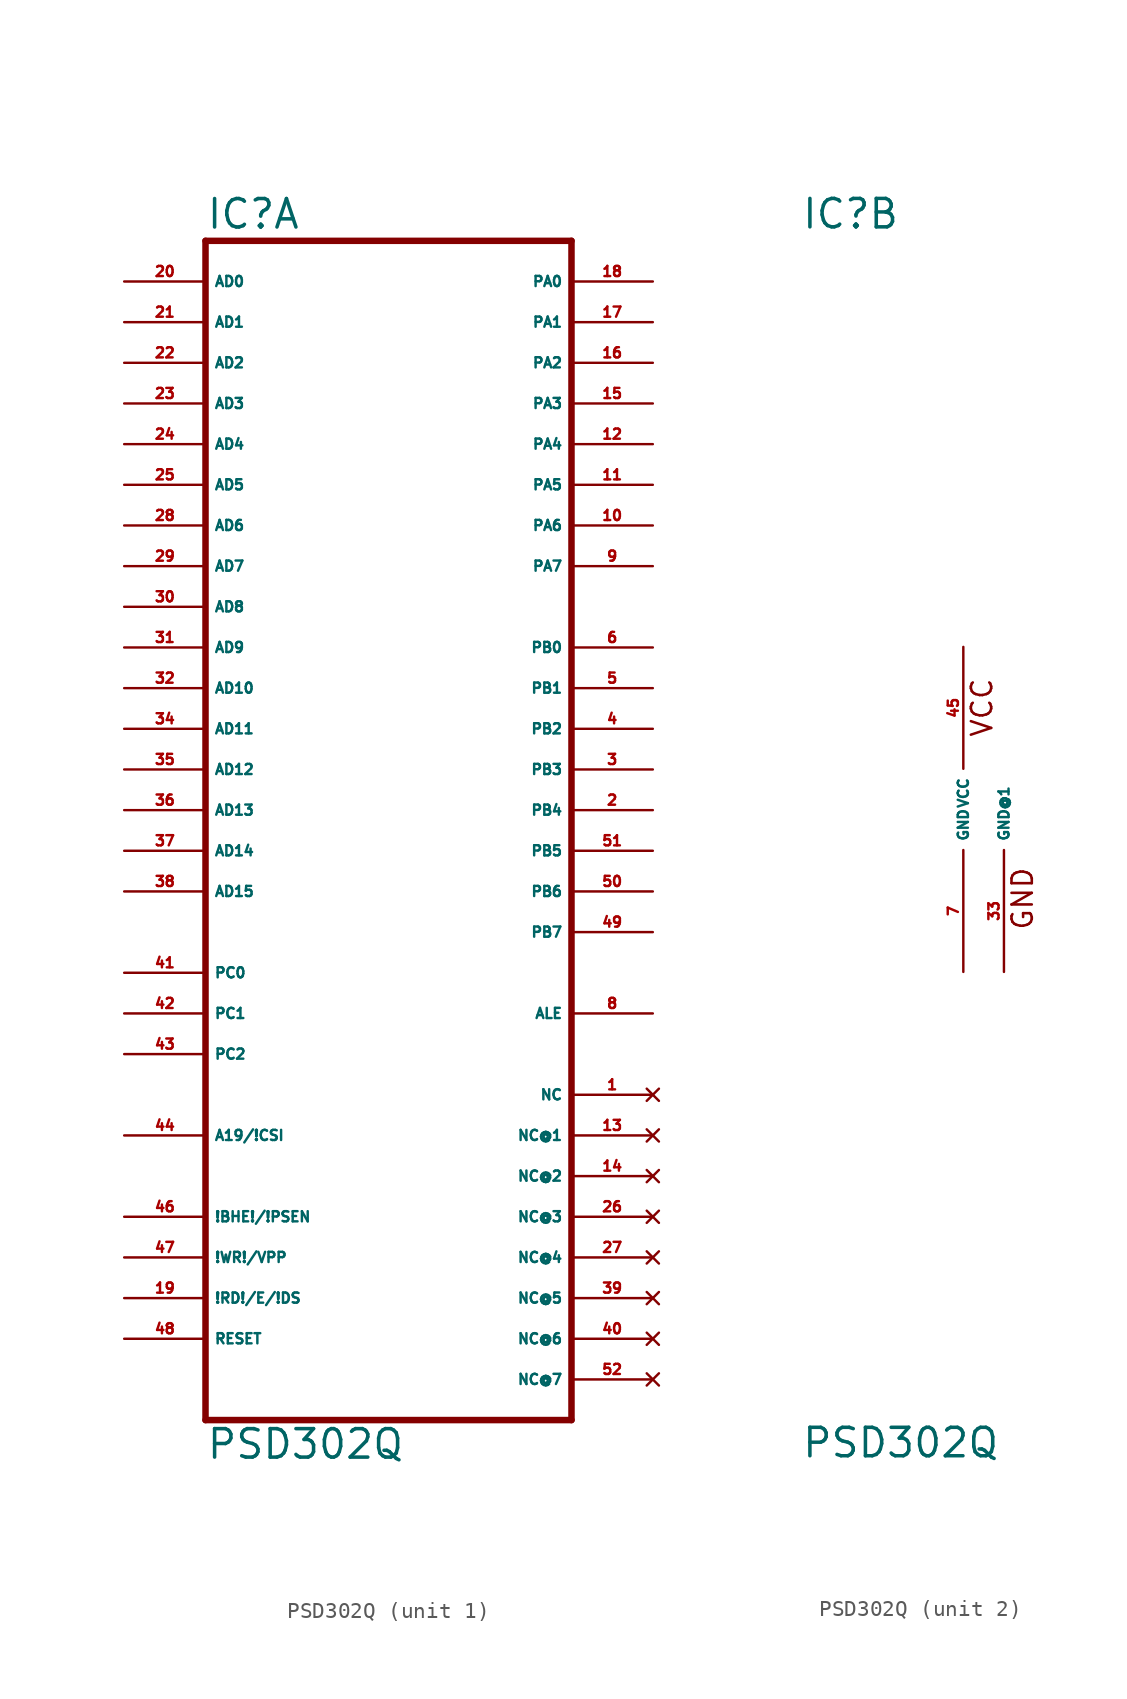
<source format=kicad_sym>
(kicad_symbol_lib
  (version 20220914)
  (generator Eagle2Kicad)
  (symbol "PSD302Q"
    (property "Reference" "IC"
      (at -10.16 36.195 0)
      (effects (font (size 1.778 1.778) (thickness 0.22)) (justify left bottom)))
    (property "Value" "PSD302Q"
      (at -10.16 -40.64 0)
      (effects (font (size 1.778 1.778) (thickness 0.22)) (justify left bottom)))
    (symbol "PSD302Q_1_0"
      (polyline (pts (xy -10.16 -38.1) (xy 12.7 -38.1)) (stroke (width 0.406) (type default)) (fill (type none)))
      (polyline (pts (xy 12.7 -38.1) (xy 12.7 35.56)) (stroke (width 0.406) (type default)) (fill (type none)))
      (polyline (pts (xy 12.7 35.56) (xy -10.16 35.56)) (stroke (width 0.406) (type default)) (fill (type none)))
      (polyline (pts (xy -10.16 35.56) (xy -10.16 -38.1)) (stroke (width 0.406) (type default)) (fill (type none)))
      (pin input line (at -15.24 33.02 0) (length 5.08) (name "AD0" (effects (font (size 0.635 0.635) (thickness 0.08)) (justify left bottom))) (number "20" (effects (font (size 0.635 0.635) (thickness 0.08)) (justify left bottom))))
      (pin input line (at -15.24 30.48 0) (length 5.08) (name "AD1" (effects (font (size 0.635 0.635) (thickness 0.08)) (justify left bottom))) (number "21" (effects (font (size 0.635 0.635) (thickness 0.08)) (justify left bottom))))
      (pin input line (at -15.24 27.94 0) (length 5.08) (name "AD2" (effects (font (size 0.635 0.635) (thickness 0.08)) (justify left bottom))) (number "22" (effects (font (size 0.635 0.635) (thickness 0.08)) (justify left bottom))))
      (pin input line (at -15.24 25.4 0) (length 5.08) (name "AD3" (effects (font (size 0.635 0.635) (thickness 0.08)) (justify left bottom))) (number "23" (effects (font (size 0.635 0.635) (thickness 0.08)) (justify left bottom))))
      (pin input line (at -15.24 22.86 0) (length 5.08) (name "AD4" (effects (font (size 0.635 0.635) (thickness 0.08)) (justify left bottom))) (number "24" (effects (font (size 0.635 0.635) (thickness 0.08)) (justify left bottom))))
      (pin input line (at -15.24 20.32 0) (length 5.08) (name "AD5" (effects (font (size 0.635 0.635) (thickness 0.08)) (justify left bottom))) (number "25" (effects (font (size 0.635 0.635) (thickness 0.08)) (justify left bottom))))
      (pin input line (at -15.24 17.78 0) (length 5.08) (name "AD6" (effects (font (size 0.635 0.635) (thickness 0.08)) (justify left bottom))) (number "28" (effects (font (size 0.635 0.635) (thickness 0.08)) (justify left bottom))))
      (pin input line (at -15.24 15.24 0) (length 5.08) (name "AD7" (effects (font (size 0.635 0.635) (thickness 0.08)) (justify left bottom))) (number "29" (effects (font (size 0.635 0.635) (thickness 0.08)) (justify left bottom))))
      (pin input line (at -15.24 12.7 0) (length 5.08) (name "AD8" (effects (font (size 0.635 0.635) (thickness 0.08)) (justify left bottom))) (number "30" (effects (font (size 0.635 0.635) (thickness 0.08)) (justify left bottom))))
      (pin input line (at -15.24 10.16 0) (length 5.08) (name "AD9" (effects (font (size 0.635 0.635) (thickness 0.08)) (justify left bottom))) (number "31" (effects (font (size 0.635 0.635) (thickness 0.08)) (justify left bottom))))
      (pin input line (at -15.24 7.62 0) (length 5.08) (name "AD10" (effects (font (size 0.635 0.635) (thickness 0.08)) (justify left bottom))) (number "32" (effects (font (size 0.635 0.635) (thickness 0.08)) (justify left bottom))))
      (pin input line (at -15.24 5.08 0) (length 5.08) (name "AD11" (effects (font (size 0.635 0.635) (thickness 0.08)) (justify left bottom))) (number "34" (effects (font (size 0.635 0.635) (thickness 0.08)) (justify left bottom))))
      (pin input line (at -15.24 2.54 0) (length 5.08) (name "AD12" (effects (font (size 0.635 0.635) (thickness 0.08)) (justify left bottom))) (number "35" (effects (font (size 0.635 0.635) (thickness 0.08)) (justify left bottom))))
      (pin input line (at -15.24 0 0) (length 5.08) (name "AD13" (effects (font (size 0.635 0.635) (thickness 0.08)) (justify left bottom))) (number "36" (effects (font (size 0.635 0.635) (thickness 0.08)) (justify left bottom))))
      (pin input line (at -15.24 -2.54 0) (length 5.08) (name "AD14" (effects (font (size 0.635 0.635) (thickness 0.08)) (justify left bottom))) (number "37" (effects (font (size 0.635 0.635) (thickness 0.08)) (justify left bottom))))
      (pin input line (at -15.24 -5.08 0) (length 5.08) (name "AD15" (effects (font (size 0.635 0.635) (thickness 0.08)) (justify left bottom))) (number "38" (effects (font (size 0.635 0.635) (thickness 0.08)) (justify left bottom))))
      (pin input line (at -15.24 -10.16 0) (length 5.08) (name "PC0" (effects (font (size 0.635 0.635) (thickness 0.08)) (justify left bottom))) (number "41" (effects (font (size 0.635 0.635) (thickness 0.08)) (justify left bottom))))
      (pin input line (at -15.24 -12.7 0) (length 5.08) (name "PC1" (effects (font (size 0.635 0.635) (thickness 0.08)) (justify left bottom))) (number "42" (effects (font (size 0.635 0.635) (thickness 0.08)) (justify left bottom))))
      (pin input line (at -15.24 -15.24 0) (length 5.08) (name "PC2" (effects (font (size 0.635 0.635) (thickness 0.08)) (justify left bottom))) (number "43" (effects (font (size 0.635 0.635) (thickness 0.08)) (justify left bottom))))
      (pin input line (at -15.24 -20.32 0) (length 5.08) (name "A19/!CSI" (effects (font (size 0.635 0.635) (thickness 0.08)) (justify left bottom))) (number "44" (effects (font (size 0.635 0.635) (thickness 0.08)) (justify left bottom))))
      (pin bidirectional line (at 17.78 33.02 180) (length 5.08) (name "PA0" (effects (font (size 0.635 0.635) (thickness 0.08)) (justify left bottom))) (number "18" (effects (font (size 0.635 0.635) (thickness 0.08)) (justify left bottom))))
      (pin bidirectional line (at 17.78 30.48 180) (length 5.08) (name "PA1" (effects (font (size 0.635 0.635) (thickness 0.08)) (justify left bottom))) (number "17" (effects (font (size 0.635 0.635) (thickness 0.08)) (justify left bottom))))
      (pin bidirectional line (at 17.78 27.94 180) (length 5.08) (name "PA2" (effects (font (size 0.635 0.635) (thickness 0.08)) (justify left bottom))) (number "16" (effects (font (size 0.635 0.635) (thickness 0.08)) (justify left bottom))))
      (pin bidirectional line (at 17.78 25.4 180) (length 5.08) (name "PA3" (effects (font (size 0.635 0.635) (thickness 0.08)) (justify left bottom))) (number "15" (effects (font (size 0.635 0.635) (thickness 0.08)) (justify left bottom))))
      (pin bidirectional line (at 17.78 22.86 180) (length 5.08) (name "PA4" (effects (font (size 0.635 0.635) (thickness 0.08)) (justify left bottom))) (number "12" (effects (font (size 0.635 0.635) (thickness 0.08)) (justify left bottom))))
      (pin bidirectional line (at 17.78 20.32 180) (length 5.08) (name "PA5" (effects (font (size 0.635 0.635) (thickness 0.08)) (justify left bottom))) (number "11" (effects (font (size 0.635 0.635) (thickness 0.08)) (justify left bottom))))
      (pin bidirectional line (at 17.78 17.78 180) (length 5.08) (name "PA6" (effects (font (size 0.635 0.635) (thickness 0.08)) (justify left bottom))) (number "10" (effects (font (size 0.635 0.635) (thickness 0.08)) (justify left bottom))))
      (pin bidirectional line (at 17.78 15.24 180) (length 5.08) (name "PA7" (effects (font (size 0.635 0.635) (thickness 0.08)) (justify left bottom))) (number "9" (effects (font (size 0.635 0.635) (thickness 0.08)) (justify left bottom))))
      (pin output line (at 17.78 10.16 180) (length 5.08) (name "PB0" (effects (font (size 0.635 0.635) (thickness 0.08)) (justify left bottom))) (number "6" (effects (font (size 0.635 0.635) (thickness 0.08)) (justify left bottom))))
      (pin output line (at 17.78 7.62 180) (length 5.08) (name "PB1" (effects (font (size 0.635 0.635) (thickness 0.08)) (justify left bottom))) (number "5" (effects (font (size 0.635 0.635) (thickness 0.08)) (justify left bottom))))
      (pin output line (at 17.78 5.08 180) (length 5.08) (name "PB2" (effects (font (size 0.635 0.635) (thickness 0.08)) (justify left bottom))) (number "4" (effects (font (size 0.635 0.635) (thickness 0.08)) (justify left bottom))))
      (pin output line (at 17.78 2.54 180) (length 5.08) (name "PB3" (effects (font (size 0.635 0.635) (thickness 0.08)) (justify left bottom))) (number "3" (effects (font (size 0.635 0.635) (thickness 0.08)) (justify left bottom))))
      (pin output line (at 17.78 0 180) (length 5.08) (name "PB4" (effects (font (size 0.635 0.635) (thickness 0.08)) (justify left bottom))) (number "2" (effects (font (size 0.635 0.635) (thickness 0.08)) (justify left bottom))))
      (pin output line (at 17.78 -2.54 180) (length 5.08) (name "PB5" (effects (font (size 0.635 0.635) (thickness 0.08)) (justify left bottom))) (number "51" (effects (font (size 0.635 0.635) (thickness 0.08)) (justify left bottom))))
      (pin output line (at 17.78 -5.08 180) (length 5.08) (name "PB6" (effects (font (size 0.635 0.635) (thickness 0.08)) (justify left bottom))) (number "50" (effects (font (size 0.635 0.635) (thickness 0.08)) (justify left bottom))))
      (pin output line (at 17.78 -7.62 180) (length 5.08) (name "PB7" (effects (font (size 0.635 0.635) (thickness 0.08)) (justify left bottom))) (number "49" (effects (font (size 0.635 0.635) (thickness 0.08)) (justify left bottom))))
      (pin output line (at 17.78 -12.7 180) (length 5.08) (name "ALE" (effects (font (size 0.635 0.635) (thickness 0.08)) (justify left bottom))) (number "8" (effects (font (size 0.635 0.635) (thickness 0.08)) (justify left bottom))))
      (pin input line (at -15.24 -25.4 0) (length 5.08) (name "!BHE!/!PSEN" (effects (font (size 0.635 0.635) (thickness 0.08)) (justify left bottom))) (number "46" (effects (font (size 0.635 0.635) (thickness 0.08)) (justify left bottom))))
      (pin input line (at -15.24 -27.94 0) (length 5.08) (name "!WR!/VPP" (effects (font (size 0.635 0.635) (thickness 0.08)) (justify left bottom))) (number "47" (effects (font (size 0.635 0.635) (thickness 0.08)) (justify left bottom))))
      (pin input line (at -15.24 -30.48 0) (length 5.08) (name "!RD!/E/!DS" (effects (font (size 0.635 0.635) (thickness 0.08)) (justify left bottom))) (number "19" (effects (font (size 0.635 0.635) (thickness 0.08)) (justify left bottom))))
      (pin input line (at -15.24 -33.02 0) (length 5.08) (name "RESET" (effects (font (size 0.635 0.635) (thickness 0.08)) (justify left bottom))) (number "48" (effects (font (size 0.635 0.635) (thickness 0.08)) (justify left bottom))))
      (pin no_connect line (at 17.78 -17.78 180) (length 5.08) (name "NC" (effects (font (size 0.635 0.635) (thickness 0.08)) (justify left bottom) hide)) (number "1" (effects (font (size 0.635 0.635) (thickness 0.08)) (justify left bottom) hide)))
      (pin no_connect line (at 17.78 -20.32 180) (length 5.08) (name "NC@1" (effects (font (size 0.635 0.635) (thickness 0.08)) (justify left bottom) hide)) (number "13" (effects (font (size 0.635 0.635) (thickness 0.08)) (justify left bottom) hide)))
      (pin no_connect line (at 17.78 -22.86 180) (length 5.08) (name "NC@2" (effects (font (size 0.635 0.635) (thickness 0.08)) (justify left bottom) hide)) (number "14" (effects (font (size 0.635 0.635) (thickness 0.08)) (justify left bottom) hide)))
      (pin no_connect line (at 17.78 -25.4 180) (length 5.08) (name "NC@3" (effects (font (size 0.635 0.635) (thickness 0.08)) (justify left bottom) hide)) (number "26" (effects (font (size 0.635 0.635) (thickness 0.08)) (justify left bottom) hide)))
      (pin no_connect line (at 17.78 -27.94 180) (length 5.08) (name "NC@4" (effects (font (size 0.635 0.635) (thickness 0.08)) (justify left bottom) hide)) (number "27" (effects (font (size 0.635 0.635) (thickness 0.08)) (justify left bottom) hide)))
      (pin no_connect line (at 17.78 -30.48 180) (length 5.08) (name "NC@5" (effects (font (size 0.635 0.635) (thickness 0.08)) (justify left bottom) hide)) (number "39" (effects (font (size 0.635 0.635) (thickness 0.08)) (justify left bottom) hide)))
      (pin no_connect line (at 17.78 -33.02 180) (length 5.08) (name "NC@6" (effects (font (size 0.635 0.635) (thickness 0.08)) (justify left bottom) hide)) (number "40" (effects (font (size 0.635 0.635) (thickness 0.08)) (justify left bottom) hide)))
      (pin no_connect line (at 17.78 -35.56 180) (length 5.08) (name "NC@7" (effects (font (size 0.635 0.635) (thickness 0.08)) (justify left bottom) hide)) (number "52" (effects (font (size 0.635 0.635) (thickness 0.08)) (justify left bottom) hide))))
    (symbol "PSD302Q_2_0"
      (text "VCC" (at 1.905 4.445 900) (effects (font (size 1.27 1.27) (thickness 0.16)) (justify left bottom)))
      (text "GND" (at 4.445 -7.62 900) (effects (font (size 1.27 1.27) (thickness 0.16)) (justify left bottom)))
      (pin unspecified line (at 0 10.16 270) (length 7.62) (name "VCC" (effects (font (size 0.635 0.635) (thickness 0.08)) (justify left bottom))) (number "45" (effects (font (size 0.635 0.635) (thickness 0.08)) (justify left bottom))))
      (pin unspecified line (at 0 -10.16 90) (length 7.62) (name "GND" (effects (font (size 0.635 0.635) (thickness 0.08)) (justify left bottom))) (number "7" (effects (font (size 0.635 0.635) (thickness 0.08)) (justify left bottom))))
      (pin unspecified line (at 2.54 -10.16 90) (length 7.62) (name "GND@1" (effects (font (size 0.635 0.635) (thickness 0.08)) (justify left bottom))) (number "33" (effects (font (size 0.635 0.635) (thickness 0.08)) (justify left bottom)))))))
</source>
